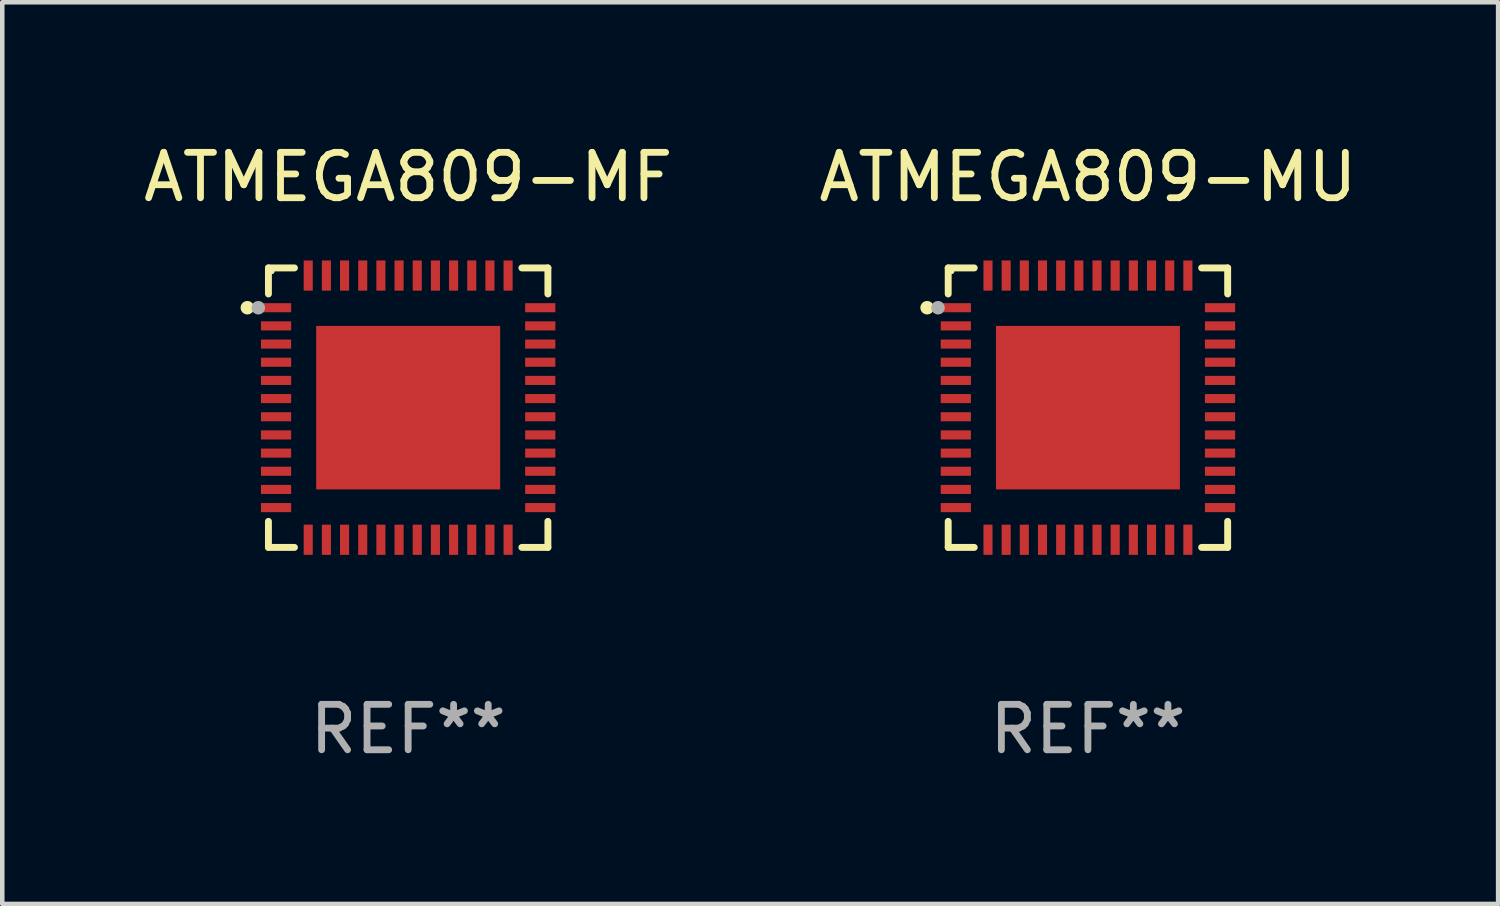
<source format=kicad_pcb>
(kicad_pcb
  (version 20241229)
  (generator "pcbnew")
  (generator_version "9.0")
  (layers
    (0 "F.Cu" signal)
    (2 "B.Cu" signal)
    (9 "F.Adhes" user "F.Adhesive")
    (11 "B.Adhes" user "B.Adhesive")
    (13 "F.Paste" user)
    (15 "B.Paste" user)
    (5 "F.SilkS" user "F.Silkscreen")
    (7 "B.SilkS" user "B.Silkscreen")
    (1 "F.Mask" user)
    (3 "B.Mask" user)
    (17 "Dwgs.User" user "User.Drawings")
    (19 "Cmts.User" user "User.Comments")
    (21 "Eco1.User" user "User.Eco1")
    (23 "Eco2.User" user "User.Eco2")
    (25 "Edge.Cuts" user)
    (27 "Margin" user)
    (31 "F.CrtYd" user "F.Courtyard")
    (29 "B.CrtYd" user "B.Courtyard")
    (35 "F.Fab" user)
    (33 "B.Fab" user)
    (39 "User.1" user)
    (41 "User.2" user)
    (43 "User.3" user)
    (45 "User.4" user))
  (footprint "ATMEGA809-MF"
    (layer "F.Cu")
    (at 5.935 5.924)
    (property "Reference" "ATMEGA809-MF" (at 0 -5.076 0) (layer "F.SilkS") (effects (font (size 1 1) (thickness 0.15))))
    (attr through_hole)
    (fp_line (start -3.076 -3.076) (end -3.076 -2.503) (stroke (width 0.152) (type solid)) (layer "F.SilkS"))
    (fp_line (start -3.076 3.076) (end -3.076 2.503) (stroke (width 0.152) (type solid)) (layer "F.SilkS"))
    (fp_line (start -2.503 -3.076) (end -3.076 -3.076) (stroke (width 0.152) (type solid)) (layer "F.SilkS"))
    (fp_line (start -2.503 3.076) (end -3.076 3.076) (stroke (width 0.152) (type solid)) (layer "F.SilkS"))
    (fp_line (start 2.503 -3.076) (end 3.076 -3.076) (stroke (width 0.152) (type solid)) (layer "F.SilkS"))
    (fp_line (start 2.503 3.076) (end 3.076 3.076) (stroke (width 0.152) (type solid)) (layer "F.SilkS"))
    (fp_line (start 3.076 -3.076) (end 3.076 -2.503) (stroke (width 0.152) (type solid)) (layer "F.SilkS"))
    (fp_line (start 3.076 3.076) (end 3.076 2.503) (stroke (width 0.152) (type solid)) (layer "F.SilkS"))
    (fp_circle (center -3.54 -2.2) (end -3.465 -2.2) (stroke (width 0.15) (type solid)) (fill no) (layer "F.SilkS"))
    (fp_circle (center -3 -3) (end -2.97 -3) (stroke (width 0.06) (type solid)) (fill no) (layer "F.SilkS"))
    (fp_circle (center -3.3 -2.2) (end -3.225 -2.2) (stroke (width 0.15) (type solid)) (fill no) (layer "F.Fab"))
    (fp_text user "REF**" (at 0 7.076 0) (layer "F.Fab") (effects (font (size 1 1) (thickness 0.15))))
    (pad "1" smd rect (at -2.908 -2.2) (size 0.665 0.2) (layers "F.Cu" "F.Mask" "F.Paste"))
    (pad "2" smd rect (at -2.908 -1.8) (size 0.665 0.2) (layers "F.Cu" "F.Mask" "F.Paste"))
    (pad "3" smd rect (at -2.908 -1.4) (size 0.665 0.2) (layers "F.Cu" "F.Mask" "F.Paste"))
    (pad "4" smd rect (at -2.908 -1) (size 0.665 0.2) (layers "F.Cu" "F.Mask" "F.Paste"))
    (pad "5" smd rect (at -2.908 -0.6) (size 0.665 0.2) (layers "F.Cu" "F.Mask" "F.Paste"))
    (pad "6" smd rect (at -2.908 -0.2) (size 0.665 0.2) (layers "F.Cu" "F.Mask" "F.Paste"))
    (pad "7" smd rect (at -2.908 0.2) (size 0.665 0.2) (layers "F.Cu" "F.Mask" "F.Paste"))
    (pad "8" smd rect (at -2.908 0.6) (size 0.665 0.2) (layers "F.Cu" "F.Mask" "F.Paste"))
    (pad "9" smd rect (at -2.908 1) (size 0.665 0.2) (layers "F.Cu" "F.Mask" "F.Paste"))
    (pad "10" smd rect (at -2.908 1.4) (size 0.665 0.2) (layers "F.Cu" "F.Mask" "F.Paste"))
    (pad "11" smd rect (at -2.908 1.8) (size 0.665 0.2) (layers "F.Cu" "F.Mask" "F.Paste"))
    (pad "12" smd rect (at -2.908 2.2) (size 0.665 0.2) (layers "F.Cu" "F.Mask" "F.Paste"))
    (pad "13" smd rect (at -2.2 2.908) (size 0.2 0.665) (layers "F.Cu" "F.Mask" "F.Paste"))
    (pad "14" smd rect (at -1.8 2.908) (size 0.2 0.665) (layers "F.Cu" "F.Mask" "F.Paste"))
    (pad "15" smd rect (at -1.4 2.908) (size 0.2 0.665) (layers "F.Cu" "F.Mask" "F.Paste"))
    (pad "16" smd rect (at -1 2.908) (size 0.2 0.665) (layers "F.Cu" "F.Mask" "F.Paste"))
    (pad "17" smd rect (at -0.6 2.908) (size 0.2 0.665) (layers "F.Cu" "F.Mask" "F.Paste"))
    (pad "18" smd rect (at -0.2 2.908) (size 0.2 0.665) (layers "F.Cu" "F.Mask" "F.Paste"))
    (pad "19" smd rect (at 0.2 2.908) (size 0.2 0.665) (layers "F.Cu" "F.Mask" "F.Paste"))
    (pad "20" smd rect (at 0.6 2.908) (size 0.2 0.665) (layers "F.Cu" "F.Mask" "F.Paste"))
    (pad "21" smd rect (at 1 2.908) (size 0.2 0.665) (layers "F.Cu" "F.Mask" "F.Paste"))
    (pad "22" smd rect (at 1.4 2.908) (size 0.2 0.665) (layers "F.Cu" "F.Mask" "F.Paste"))
    (pad "23" smd rect (at 1.8 2.908) (size 0.2 0.665) (layers "F.Cu" "F.Mask" "F.Paste"))
    (pad "24" smd rect (at 2.2 2.908) (size 0.2 0.665) (layers "F.Cu" "F.Mask" "F.Paste"))
    (pad "25" smd rect (at 2.908 2.2) (size 0.665 0.2) (layers "F.Cu" "F.Mask" "F.Paste"))
    (pad "26" smd rect (at 2.908 1.8) (size 0.665 0.2) (layers "F.Cu" "F.Mask" "F.Paste"))
    (pad "27" smd rect (at 2.908 1.4) (size 0.665 0.2) (layers "F.Cu" "F.Mask" "F.Paste"))
    (pad "28" smd rect (at 2.908 1) (size 0.665 0.2) (layers "F.Cu" "F.Mask" "F.Paste"))
    (pad "29" smd rect (at 2.908 0.6) (size 0.665 0.2) (layers "F.Cu" "F.Mask" "F.Paste"))
    (pad "30" smd rect (at 2.908 0.2) (size 0.665 0.2) (layers "F.Cu" "F.Mask" "F.Paste"))
    (pad "31" smd rect (at 2.908 -0.2) (size 0.665 0.2) (layers "F.Cu" "F.Mask" "F.Paste"))
    (pad "32" smd rect (at 2.908 -0.6) (size 0.665 0.2) (layers "F.Cu" "F.Mask" "F.Paste"))
    (pad "33" smd rect (at 2.908 -1) (size 0.665 0.2) (layers "F.Cu" "F.Mask" "F.Paste"))
    (pad "34" smd rect (at 2.908 -1.4) (size 0.665 0.2) (layers "F.Cu" "F.Mask" "F.Paste"))
    (pad "35" smd rect (at 2.908 -1.8) (size 0.665 0.2) (layers "F.Cu" "F.Mask" "F.Paste"))
    (pad "36" smd rect (at 2.908 -2.2) (size 0.665 0.2) (layers "F.Cu" "F.Mask" "F.Paste"))
    (pad "37" smd rect (at 2.2 -2.908) (size 0.2 0.665) (layers "F.Cu" "F.Mask" "F.Paste"))
    (pad "38" smd rect (at 1.8 -2.908) (size 0.2 0.665) (layers "F.Cu" "F.Mask" "F.Paste"))
    (pad "39" smd rect (at 1.4 -2.908) (size 0.2 0.665) (layers "F.Cu" "F.Mask" "F.Paste"))
    (pad "40" smd rect (at 1 -2.908) (size 0.2 0.665) (layers "F.Cu" "F.Mask" "F.Paste"))
    (pad "41" smd rect (at 0.6 -2.908) (size 0.2 0.665) (layers "F.Cu" "F.Mask" "F.Paste"))
    (pad "42" smd rect (at 0.2 -2.908) (size 0.2 0.665) (layers "F.Cu" "F.Mask" "F.Paste"))
    (pad "43" smd rect (at -0.2 -2.908) (size 0.2 0.665) (layers "F.Cu" "F.Mask" "F.Paste"))
    (pad "44" smd rect (at -0.6 -2.908) (size 0.2 0.665) (layers "F.Cu" "F.Mask" "F.Paste"))
    (pad "45" smd rect (at -1 -2.908) (size 0.2 0.665) (layers "F.Cu" "F.Mask" "F.Paste"))
    (pad "46" smd rect (at -1.4 -2.908) (size 0.2 0.665) (layers "F.Cu" "F.Mask" "F.Paste"))
    (pad "47" smd rect (at -1.8 -2.908) (size 0.2 0.665) (layers "F.Cu" "F.Mask" "F.Paste"))
    (pad "48" smd rect (at -2.2 -2.908) (size 0.2 0.665) (layers "F.Cu" "F.Mask" "F.Paste"))
    (pad "49" smd rect (at 0 0) (size 4.05 3.6) (layers "F.Cu" "F.Mask" "F.Paste")))
  (footprint "ATMEGA809-MU"
    (layer "F.Cu")
    (at 20.899 5.924)
    (property "Reference" "ATMEGA809-MU" (at 0 -5.076 0) (layer "F.SilkS") (effects (font (size 1 1) (thickness 0.15))))
    (attr through_hole)
    (fp_line (start -3.076 -3.076) (end -3.076 -2.503) (stroke (width 0.152) (type solid)) (layer "F.SilkS"))
    (fp_line (start -3.076 3.076) (end -3.076 2.503) (stroke (width 0.152) (type solid)) (layer "F.SilkS"))
    (fp_line (start -2.503 -3.076) (end -3.076 -3.076) (stroke (width 0.152) (type solid)) (layer "F.SilkS"))
    (fp_line (start -2.503 3.076) (end -3.076 3.076) (stroke (width 0.152) (type solid)) (layer "F.SilkS"))
    (fp_line (start 2.503 -3.076) (end 3.076 -3.076) (stroke (width 0.152) (type solid)) (layer "F.SilkS"))
    (fp_line (start 2.503 3.076) (end 3.076 3.076) (stroke (width 0.152) (type solid)) (layer "F.SilkS"))
    (fp_line (start 3.076 -3.076) (end 3.076 -2.503) (stroke (width 0.152) (type solid)) (layer "F.SilkS"))
    (fp_line (start 3.076 3.076) (end 3.076 2.503) (stroke (width 0.152) (type solid)) (layer "F.SilkS"))
    (fp_circle (center -3.54 -2.2) (end -3.465 -2.2) (stroke (width 0.15) (type solid)) (fill no) (layer "F.SilkS"))
    (fp_circle (center -3 -3) (end -2.97 -3) (stroke (width 0.06) (type solid)) (fill no) (layer "F.SilkS"))
    (fp_circle (center -3.3 -2.2) (end -3.225 -2.2) (stroke (width 0.15) (type solid)) (fill no) (layer "F.Fab"))
    (fp_text user "REF**" (at 0 7.076 0) (layer "F.Fab") (effects (font (size 1 1) (thickness 0.15))))
    (pad "1" smd rect (at -2.908 -2.2) (size 0.665 0.2) (layers "F.Cu" "F.Mask" "F.Paste"))
    (pad "2" smd rect (at -2.908 -1.8) (size 0.665 0.2) (layers "F.Cu" "F.Mask" "F.Paste"))
    (pad "3" smd rect (at -2.908 -1.4) (size 0.665 0.2) (layers "F.Cu" "F.Mask" "F.Paste"))
    (pad "4" smd rect (at -2.908 -1) (size 0.665 0.2) (layers "F.Cu" "F.Mask" "F.Paste"))
    (pad "5" smd rect (at -2.908 -0.6) (size 0.665 0.2) (layers "F.Cu" "F.Mask" "F.Paste"))
    (pad "6" smd rect (at -2.908 -0.2) (size 0.665 0.2) (layers "F.Cu" "F.Mask" "F.Paste"))
    (pad "7" smd rect (at -2.908 0.2) (size 0.665 0.2) (layers "F.Cu" "F.Mask" "F.Paste"))
    (pad "8" smd rect (at -2.908 0.6) (size 0.665 0.2) (layers "F.Cu" "F.Mask" "F.Paste"))
    (pad "9" smd rect (at -2.908 1) (size 0.665 0.2) (layers "F.Cu" "F.Mask" "F.Paste"))
    (pad "10" smd rect (at -2.908 1.4) (size 0.665 0.2) (layers "F.Cu" "F.Mask" "F.Paste"))
    (pad "11" smd rect (at -2.908 1.8) (size 0.665 0.2) (layers "F.Cu" "F.Mask" "F.Paste"))
    (pad "12" smd rect (at -2.908 2.2) (size 0.665 0.2) (layers "F.Cu" "F.Mask" "F.Paste"))
    (pad "13" smd rect (at -2.2 2.908) (size 0.2 0.665) (layers "F.Cu" "F.Mask" "F.Paste"))
    (pad "14" smd rect (at -1.8 2.908) (size 0.2 0.665) (layers "F.Cu" "F.Mask" "F.Paste"))
    (pad "15" smd rect (at -1.4 2.908) (size 0.2 0.665) (layers "F.Cu" "F.Mask" "F.Paste"))
    (pad "16" smd rect (at -1 2.908) (size 0.2 0.665) (layers "F.Cu" "F.Mask" "F.Paste"))
    (pad "17" smd rect (at -0.6 2.908) (size 0.2 0.665) (layers "F.Cu" "F.Mask" "F.Paste"))
    (pad "18" smd rect (at -0.2 2.908) (size 0.2 0.665) (layers "F.Cu" "F.Mask" "F.Paste"))
    (pad "19" smd rect (at 0.2 2.908) (size 0.2 0.665) (layers "F.Cu" "F.Mask" "F.Paste"))
    (pad "20" smd rect (at 0.6 2.908) (size 0.2 0.665) (layers "F.Cu" "F.Mask" "F.Paste"))
    (pad "21" smd rect (at 1 2.908) (size 0.2 0.665) (layers "F.Cu" "F.Mask" "F.Paste"))
    (pad "22" smd rect (at 1.4 2.908) (size 0.2 0.665) (layers "F.Cu" "F.Mask" "F.Paste"))
    (pad "23" smd rect (at 1.8 2.908) (size 0.2 0.665) (layers "F.Cu" "F.Mask" "F.Paste"))
    (pad "24" smd rect (at 2.2 2.908) (size 0.2 0.665) (layers "F.Cu" "F.Mask" "F.Paste"))
    (pad "25" smd rect (at 2.908 2.2) (size 0.665 0.2) (layers "F.Cu" "F.Mask" "F.Paste"))
    (pad "26" smd rect (at 2.908 1.8) (size 0.665 0.2) (layers "F.Cu" "F.Mask" "F.Paste"))
    (pad "27" smd rect (at 2.908 1.4) (size 0.665 0.2) (layers "F.Cu" "F.Mask" "F.Paste"))
    (pad "28" smd rect (at 2.908 1) (size 0.665 0.2) (layers "F.Cu" "F.Mask" "F.Paste"))
    (pad "29" smd rect (at 2.908 0.6) (size 0.665 0.2) (layers "F.Cu" "F.Mask" "F.Paste"))
    (pad "30" smd rect (at 2.908 0.2) (size 0.665 0.2) (layers "F.Cu" "F.Mask" "F.Paste"))
    (pad "31" smd rect (at 2.908 -0.2) (size 0.665 0.2) (layers "F.Cu" "F.Mask" "F.Paste"))
    (pad "32" smd rect (at 2.908 -0.6) (size 0.665 0.2) (layers "F.Cu" "F.Mask" "F.Paste"))
    (pad "33" smd rect (at 2.908 -1) (size 0.665 0.2) (layers "F.Cu" "F.Mask" "F.Paste"))
    (pad "34" smd rect (at 2.908 -1.4) (size 0.665 0.2) (layers "F.Cu" "F.Mask" "F.Paste"))
    (pad "35" smd rect (at 2.908 -1.8) (size 0.665 0.2) (layers "F.Cu" "F.Mask" "F.Paste"))
    (pad "36" smd rect (at 2.908 -2.2) (size 0.665 0.2) (layers "F.Cu" "F.Mask" "F.Paste"))
    (pad "37" smd rect (at 2.2 -2.908) (size 0.2 0.665) (layers "F.Cu" "F.Mask" "F.Paste"))
    (pad "38" smd rect (at 1.8 -2.908) (size 0.2 0.665) (layers "F.Cu" "F.Mask" "F.Paste"))
    (pad "39" smd rect (at 1.4 -2.908) (size 0.2 0.665) (layers "F.Cu" "F.Mask" "F.Paste"))
    (pad "40" smd rect (at 1 -2.908) (size 0.2 0.665) (layers "F.Cu" "F.Mask" "F.Paste"))
    (pad "41" smd rect (at 0.6 -2.908) (size 0.2 0.665) (layers "F.Cu" "F.Mask" "F.Paste"))
    (pad "42" smd rect (at 0.2 -2.908) (size 0.2 0.665) (layers "F.Cu" "F.Mask" "F.Paste"))
    (pad "43" smd rect (at -0.2 -2.908) (size 0.2 0.665) (layers "F.Cu" "F.Mask" "F.Paste"))
    (pad "44" smd rect (at -0.6 -2.908) (size 0.2 0.665) (layers "F.Cu" "F.Mask" "F.Paste"))
    (pad "45" smd rect (at -1 -2.908) (size 0.2 0.665) (layers "F.Cu" "F.Mask" "F.Paste"))
    (pad "46" smd rect (at -1.4 -2.908) (size 0.2 0.665) (layers "F.Cu" "F.Mask" "F.Paste"))
    (pad "47" smd rect (at -1.8 -2.908) (size 0.2 0.665) (layers "F.Cu" "F.Mask" "F.Paste"))
    (pad "48" smd rect (at -2.2 -2.908) (size 0.2 0.665) (layers "F.Cu" "F.Mask" "F.Paste"))
    (pad "49" smd rect (at 0 0) (size 4.05 3.6) (layers "F.Cu" "F.Mask" "F.Paste")))
  (gr_rect
    (start -3 -3)
    (end 29.929 16.849)
    (stroke (width 0.1) (type default))
    (fill no)
    (layer "Edge.Cuts")))
</source>
